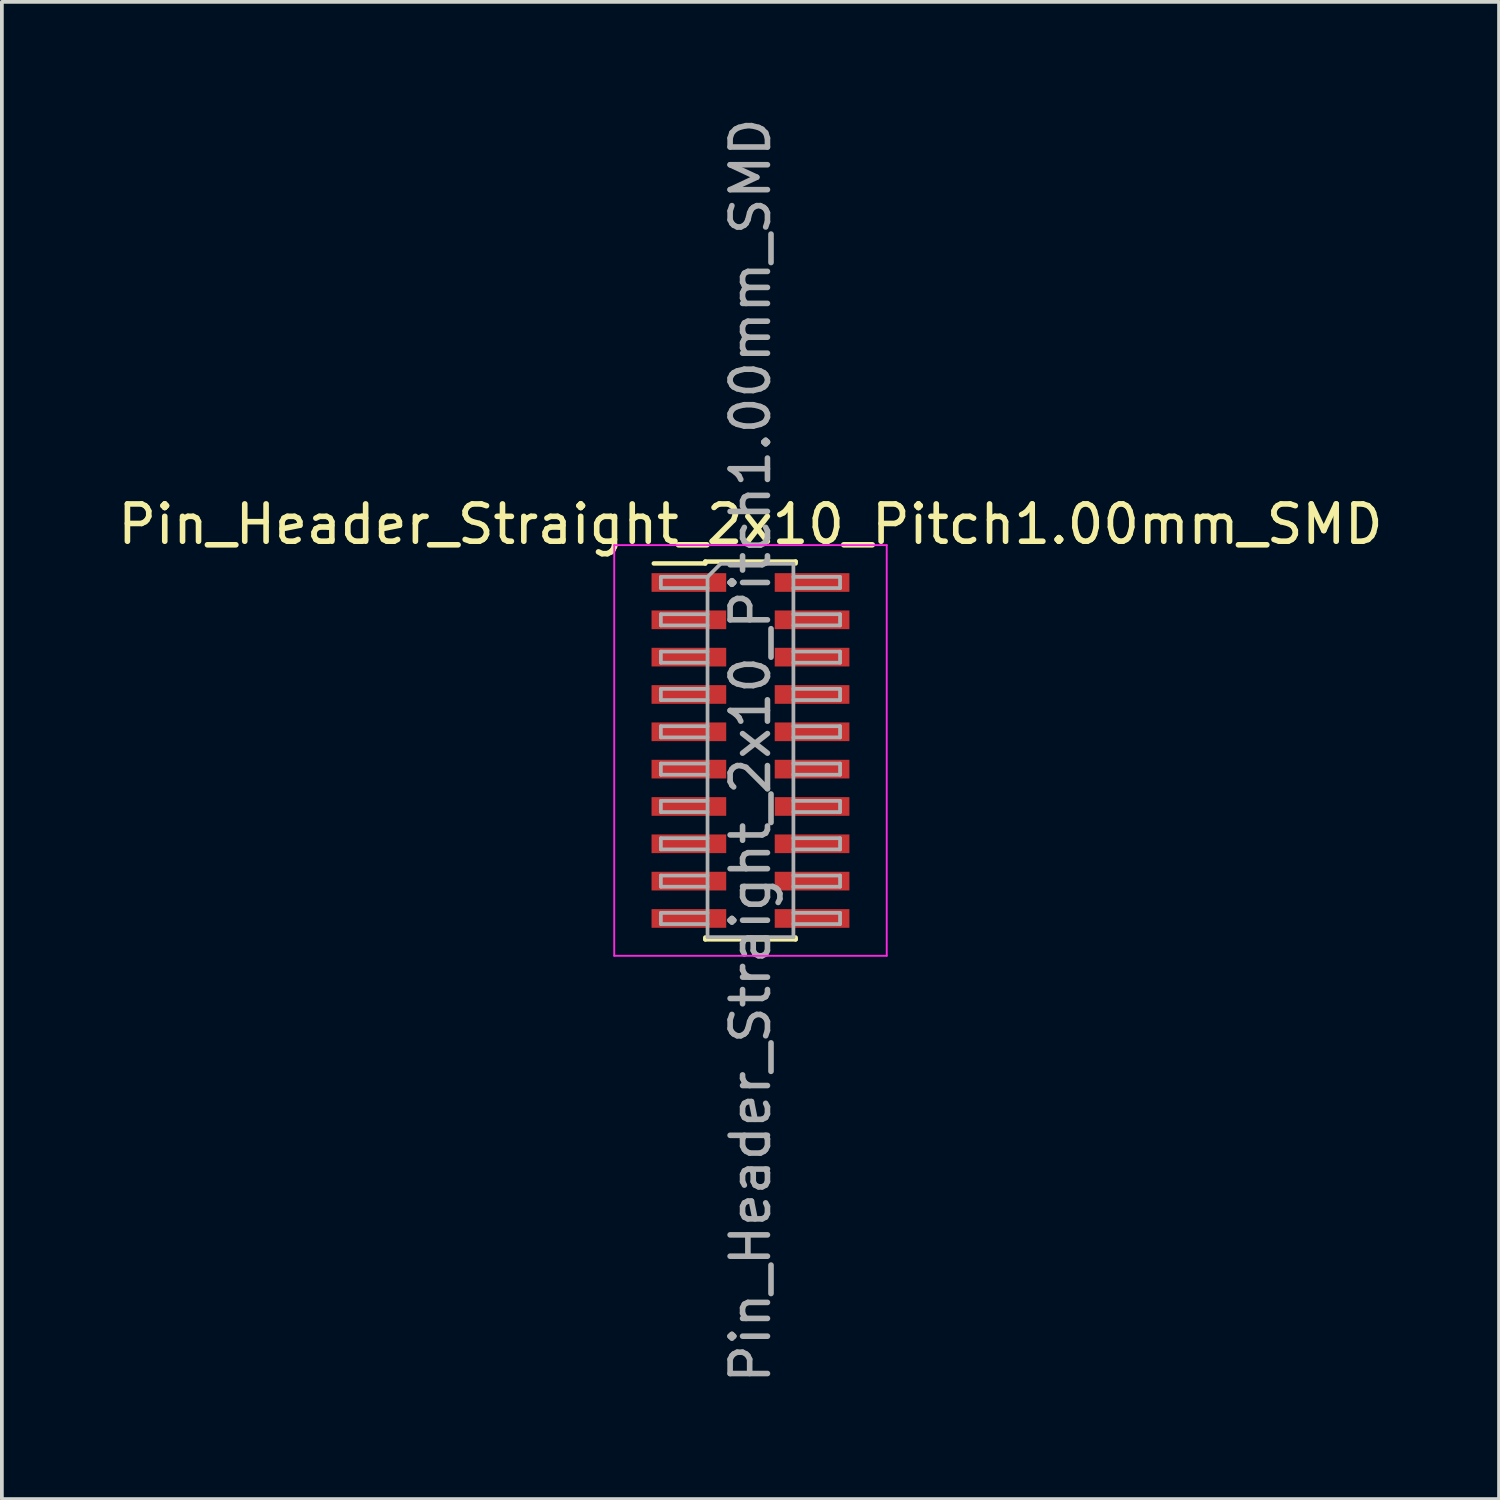
<source format=kicad_pcb>
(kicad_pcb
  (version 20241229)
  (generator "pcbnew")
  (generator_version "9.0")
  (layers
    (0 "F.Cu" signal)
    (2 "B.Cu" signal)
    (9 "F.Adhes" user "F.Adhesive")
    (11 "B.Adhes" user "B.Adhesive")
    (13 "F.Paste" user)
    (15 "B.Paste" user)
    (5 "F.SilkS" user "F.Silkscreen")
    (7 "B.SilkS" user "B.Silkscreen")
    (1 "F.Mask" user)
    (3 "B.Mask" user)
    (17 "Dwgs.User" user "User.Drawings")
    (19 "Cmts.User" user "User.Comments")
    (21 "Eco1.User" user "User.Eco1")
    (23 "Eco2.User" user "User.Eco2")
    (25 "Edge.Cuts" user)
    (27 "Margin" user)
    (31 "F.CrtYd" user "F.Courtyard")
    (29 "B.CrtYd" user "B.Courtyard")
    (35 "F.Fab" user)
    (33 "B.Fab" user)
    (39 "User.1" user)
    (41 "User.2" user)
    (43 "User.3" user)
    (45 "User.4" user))
  (footprint "Pin_Header_Straight_2x10_Pitch1.00mm_SMD"
    (layer "F.Cu")
    (at 17.054 17.054)
    (property "Reference" "Pin_Header_Straight_2x10_Pitch1.00mm_SMD" (at 0 -6.06 0) (layer "F.SilkS") (effects (font (size 1 1) (thickness 0.15))))
    (attr smd)
    (fp_line (start -2.59 -5.01) (end -1.21 -5.01) (stroke (width 0.12) (type solid)) (layer "F.SilkS"))
    (fp_line (start -1.21 -5.06) (end -1.21 -5.01) (stroke (width 0.12) (type solid)) (layer "F.SilkS"))
    (fp_line (start -1.21 -5.06) (end 1.21 -5.06) (stroke (width 0.12) (type solid)) (layer "F.SilkS"))
    (fp_line (start -1.21 5.01) (end -1.21 5.06) (stroke (width 0.12) (type solid)) (layer "F.SilkS"))
    (fp_line (start -1.21 5.06) (end 1.21 5.06) (stroke (width 0.12) (type solid)) (layer "F.SilkS"))
    (fp_line (start 1.21 -5.06) (end 1.21 -5.01) (stroke (width 0.12) (type solid)) (layer "F.SilkS"))
    (fp_line (start 1.21 5.01) (end 1.21 5.06) (stroke (width 0.12) (type solid)) (layer "F.SilkS"))
    (fp_line (start -3.65 -5.5) (end -3.65 5.5) (stroke (width 0.05) (type solid)) (layer "F.CrtYd"))
    (fp_line (start -3.65 5.5) (end 3.65 5.5) (stroke (width 0.05) (type solid)) (layer "F.CrtYd"))
    (fp_line (start 3.65 -5.5) (end -3.65 -5.5) (stroke (width 0.05) (type solid)) (layer "F.CrtYd"))
    (fp_line (start 3.65 5.5) (end 3.65 -5.5) (stroke (width 0.05) (type solid)) (layer "F.CrtYd"))
    (fp_line (start -2.4 -4.65) (end -2.4 -4.35) (stroke (width 0.1) (type solid)) (layer "F.Fab"))
    (fp_line (start -2.4 -4.35) (end -1.15 -4.35) (stroke (width 0.1) (type solid)) (layer "F.Fab"))
    (fp_line (start -2.4 -3.65) (end -2.4 -3.35) (stroke (width 0.1) (type solid)) (layer "F.Fab"))
    (fp_line (start -2.4 -3.35) (end -1.15 -3.35) (stroke (width 0.1) (type solid)) (layer "F.Fab"))
    (fp_line (start -2.4 -2.65) (end -2.4 -2.35) (stroke (width 0.1) (type solid)) (layer "F.Fab"))
    (fp_line (start -2.4 -2.35) (end -1.15 -2.35) (stroke (width 0.1) (type solid)) (layer "F.Fab"))
    (fp_line (start -2.4 -1.65) (end -2.4 -1.35) (stroke (width 0.1) (type solid)) (layer "F.Fab"))
    (fp_line (start -2.4 -1.35) (end -1.15 -1.35) (stroke (width 0.1) (type solid)) (layer "F.Fab"))
    (fp_line (start -2.4 -0.65) (end -2.4 -0.35) (stroke (width 0.1) (type solid)) (layer "F.Fab"))
    (fp_line (start -2.4 -0.35) (end -1.15 -0.35) (stroke (width 0.1) (type solid)) (layer "F.Fab"))
    (fp_line (start -2.4 0.35) (end -2.4 0.65) (stroke (width 0.1) (type solid)) (layer "F.Fab"))
    (fp_line (start -2.4 0.65) (end -1.15 0.65) (stroke (width 0.1) (type solid)) (layer "F.Fab"))
    (fp_line (start -2.4 1.35) (end -2.4 1.65) (stroke (width 0.1) (type solid)) (layer "F.Fab"))
    (fp_line (start -2.4 1.65) (end -1.15 1.65) (stroke (width 0.1) (type solid)) (layer "F.Fab"))
    (fp_line (start -2.4 2.35) (end -2.4 2.65) (stroke (width 0.1) (type solid)) (layer "F.Fab"))
    (fp_line (start -2.4 2.65) (end -1.15 2.65) (stroke (width 0.1) (type solid)) (layer "F.Fab"))
    (fp_line (start -2.4 3.35) (end -2.4 3.65) (stroke (width 0.1) (type solid)) (layer "F.Fab"))
    (fp_line (start -2.4 3.65) (end -1.15 3.65) (stroke (width 0.1) (type solid)) (layer "F.Fab"))
    (fp_line (start -2.4 4.35) (end -2.4 4.65) (stroke (width 0.1) (type solid)) (layer "F.Fab"))
    (fp_line (start -2.4 4.65) (end -1.15 4.65) (stroke (width 0.1) (type solid)) (layer "F.Fab"))
    (fp_line (start -1.15 -4.65) (end -2.4 -4.65) (stroke (width 0.1) (type solid)) (layer "F.Fab"))
    (fp_line (start -1.15 -4.65) (end -0.8 -5) (stroke (width 0.1) (type solid)) (layer "F.Fab"))
    (fp_line (start -1.15 -3.65) (end -2.4 -3.65) (stroke (width 0.1) (type solid)) (layer "F.Fab"))
    (fp_line (start -1.15 -2.65) (end -2.4 -2.65) (stroke (width 0.1) (type solid)) (layer "F.Fab"))
    (fp_line (start -1.15 -1.65) (end -2.4 -1.65) (stroke (width 0.1) (type solid)) (layer "F.Fab"))
    (fp_line (start -1.15 -0.65) (end -2.4 -0.65) (stroke (width 0.1) (type solid)) (layer "F.Fab"))
    (fp_line (start -1.15 0.35) (end -2.4 0.35) (stroke (width 0.1) (type solid)) (layer "F.Fab"))
    (fp_line (start -1.15 1.35) (end -2.4 1.35) (stroke (width 0.1) (type solid)) (layer "F.Fab"))
    (fp_line (start -1.15 2.35) (end -2.4 2.35) (stroke (width 0.1) (type solid)) (layer "F.Fab"))
    (fp_line (start -1.15 3.35) (end -2.4 3.35) (stroke (width 0.1) (type solid)) (layer "F.Fab"))
    (fp_line (start -1.15 4.35) (end -2.4 4.35) (stroke (width 0.1) (type solid)) (layer "F.Fab"))
    (fp_line (start -1.15 5) (end -1.15 -4.65) (stroke (width 0.1) (type solid)) (layer "F.Fab"))
    (fp_line (start -0.8 -5) (end 1.15 -5) (stroke (width 0.1) (type solid)) (layer "F.Fab"))
    (fp_line (start 1.15 -5) (end 1.15 5) (stroke (width 0.1) (type solid)) (layer "F.Fab"))
    (fp_line (start 1.15 -4.65) (end 2.4 -4.65) (stroke (width 0.1) (type solid)) (layer "F.Fab"))
    (fp_line (start 1.15 -3.65) (end 2.4 -3.65) (stroke (width 0.1) (type solid)) (layer "F.Fab"))
    (fp_line (start 1.15 -2.65) (end 2.4 -2.65) (stroke (width 0.1) (type solid)) (layer "F.Fab"))
    (fp_line (start 1.15 -1.65) (end 2.4 -1.65) (stroke (width 0.1) (type solid)) (layer "F.Fab"))
    (fp_line (start 1.15 -0.65) (end 2.4 -0.65) (stroke (width 0.1) (type solid)) (layer "F.Fab"))
    (fp_line (start 1.15 0.35) (end 2.4 0.35) (stroke (width 0.1) (type solid)) (layer "F.Fab"))
    (fp_line (start 1.15 1.35) (end 2.4 1.35) (stroke (width 0.1) (type solid)) (layer "F.Fab"))
    (fp_line (start 1.15 2.35) (end 2.4 2.35) (stroke (width 0.1) (type solid)) (layer "F.Fab"))
    (fp_line (start 1.15 3.35) (end 2.4 3.35) (stroke (width 0.1) (type solid)) (layer "F.Fab"))
    (fp_line (start 1.15 4.35) (end 2.4 4.35) (stroke (width 0.1) (type solid)) (layer "F.Fab"))
    (fp_line (start 1.15 5) (end -1.15 5) (stroke (width 0.1) (type solid)) (layer "F.Fab"))
    (fp_line (start 2.4 -4.65) (end 2.4 -4.35) (stroke (width 0.1) (type solid)) (layer "F.Fab"))
    (fp_line (start 2.4 -4.35) (end 1.15 -4.35) (stroke (width 0.1) (type solid)) (layer "F.Fab"))
    (fp_line (start 2.4 -3.65) (end 2.4 -3.35) (stroke (width 0.1) (type solid)) (layer "F.Fab"))
    (fp_line (start 2.4 -3.35) (end 1.15 -3.35) (stroke (width 0.1) (type solid)) (layer "F.Fab"))
    (fp_line (start 2.4 -2.65) (end 2.4 -2.35) (stroke (width 0.1) (type solid)) (layer "F.Fab"))
    (fp_line (start 2.4 -2.35) (end 1.15 -2.35) (stroke (width 0.1) (type solid)) (layer "F.Fab"))
    (fp_line (start 2.4 -1.65) (end 2.4 -1.35) (stroke (width 0.1) (type solid)) (layer "F.Fab"))
    (fp_line (start 2.4 -1.35) (end 1.15 -1.35) (stroke (width 0.1) (type solid)) (layer "F.Fab"))
    (fp_line (start 2.4 -0.65) (end 2.4 -0.35) (stroke (width 0.1) (type solid)) (layer "F.Fab"))
    (fp_line (start 2.4 -0.35) (end 1.15 -0.35) (stroke (width 0.1) (type solid)) (layer "F.Fab"))
    (fp_line (start 2.4 0.35) (end 2.4 0.65) (stroke (width 0.1) (type solid)) (layer "F.Fab"))
    (fp_line (start 2.4 0.65) (end 1.15 0.65) (stroke (width 0.1) (type solid)) (layer "F.Fab"))
    (fp_line (start 2.4 1.35) (end 2.4 1.65) (stroke (width 0.1) (type solid)) (layer "F.Fab"))
    (fp_line (start 2.4 1.65) (end 1.15 1.65) (stroke (width 0.1) (type solid)) (layer "F.Fab"))
    (fp_line (start 2.4 2.35) (end 2.4 2.65) (stroke (width 0.1) (type solid)) (layer "F.Fab"))
    (fp_line (start 2.4 2.65) (end 1.15 2.65) (stroke (width 0.1) (type solid)) (layer "F.Fab"))
    (fp_line (start 2.4 3.35) (end 2.4 3.65) (stroke (width 0.1) (type solid)) (layer "F.Fab"))
    (fp_line (start 2.4 3.65) (end 1.15 3.65) (stroke (width 0.1) (type solid)) (layer "F.Fab"))
    (fp_line (start 2.4 4.35) (end 2.4 4.65) (stroke (width 0.1) (type solid)) (layer "F.Fab"))
    (fp_line (start 2.4 4.65) (end 1.15 4.65) (stroke (width 0.1) (type solid)) (layer "F.Fab"))
    (fp_text user "${REFERENCE}" (at 0 0 90) (layer "F.Fab") (effects (font (size 1 1) (thickness 0.15))))
    (pad "1" smd rect (at -1.65 -4.5) (size 2 0.5) (layers "F.Cu" "F.Mask" "F.Paste"))
    (pad "2" smd rect (at 1.65 -4.5) (size 2 0.5) (layers "F.Cu" "F.Mask" "F.Paste"))
    (pad "3" smd rect (at -1.65 -3.5) (size 2 0.5) (layers "F.Cu" "F.Mask" "F.Paste"))
    (pad "4" smd rect (at 1.65 -3.5) (size 2 0.5) (layers "F.Cu" "F.Mask" "F.Paste"))
    (pad "5" smd rect (at -1.65 -2.5) (size 2 0.5) (layers "F.Cu" "F.Mask" "F.Paste"))
    (pad "6" smd rect (at 1.65 -2.5) (size 2 0.5) (layers "F.Cu" "F.Mask" "F.Paste"))
    (pad "7" smd rect (at -1.65 -1.5) (size 2 0.5) (layers "F.Cu" "F.Mask" "F.Paste"))
    (pad "8" smd rect (at 1.65 -1.5) (size 2 0.5) (layers "F.Cu" "F.Mask" "F.Paste"))
    (pad "9" smd rect (at -1.65 -0.5) (size 2 0.5) (layers "F.Cu" "F.Mask" "F.Paste"))
    (pad "10" smd rect (at 1.65 -0.5) (size 2 0.5) (layers "F.Cu" "F.Mask" "F.Paste"))
    (pad "11" smd rect (at -1.65 0.5) (size 2 0.5) (layers "F.Cu" "F.Mask" "F.Paste"))
    (pad "12" smd rect (at 1.65 0.5) (size 2 0.5) (layers "F.Cu" "F.Mask" "F.Paste"))
    (pad "13" smd rect (at -1.65 1.5) (size 2 0.5) (layers "F.Cu" "F.Mask" "F.Paste"))
    (pad "14" smd rect (at 1.65 1.5) (size 2 0.5) (layers "F.Cu" "F.Mask" "F.Paste"))
    (pad "15" smd rect (at -1.65 2.5) (size 2 0.5) (layers "F.Cu" "F.Mask" "F.Paste"))
    (pad "16" smd rect (at 1.65 2.5) (size 2 0.5) (layers "F.Cu" "F.Mask" "F.Paste"))
    (pad "17" smd rect (at -1.65 3.5) (size 2 0.5) (layers "F.Cu" "F.Mask" "F.Paste"))
    (pad "18" smd rect (at 1.65 3.5) (size 2 0.5) (layers "F.Cu" "F.Mask" "F.Paste"))
    (pad "19" smd rect (at -1.65 4.5) (size 2 0.5) (layers "F.Cu" "F.Mask" "F.Paste"))
    (pad "20" smd rect (at 1.65 4.5) (size 2 0.5) (layers "F.Cu" "F.Mask" "F.Paste")))
  (gr_rect
    (start -3 -3)
    (end 37.107 37.107)
    (stroke (width 0.1) (type default))
    (fill no)
    (layer "Edge.Cuts")))
</source>
